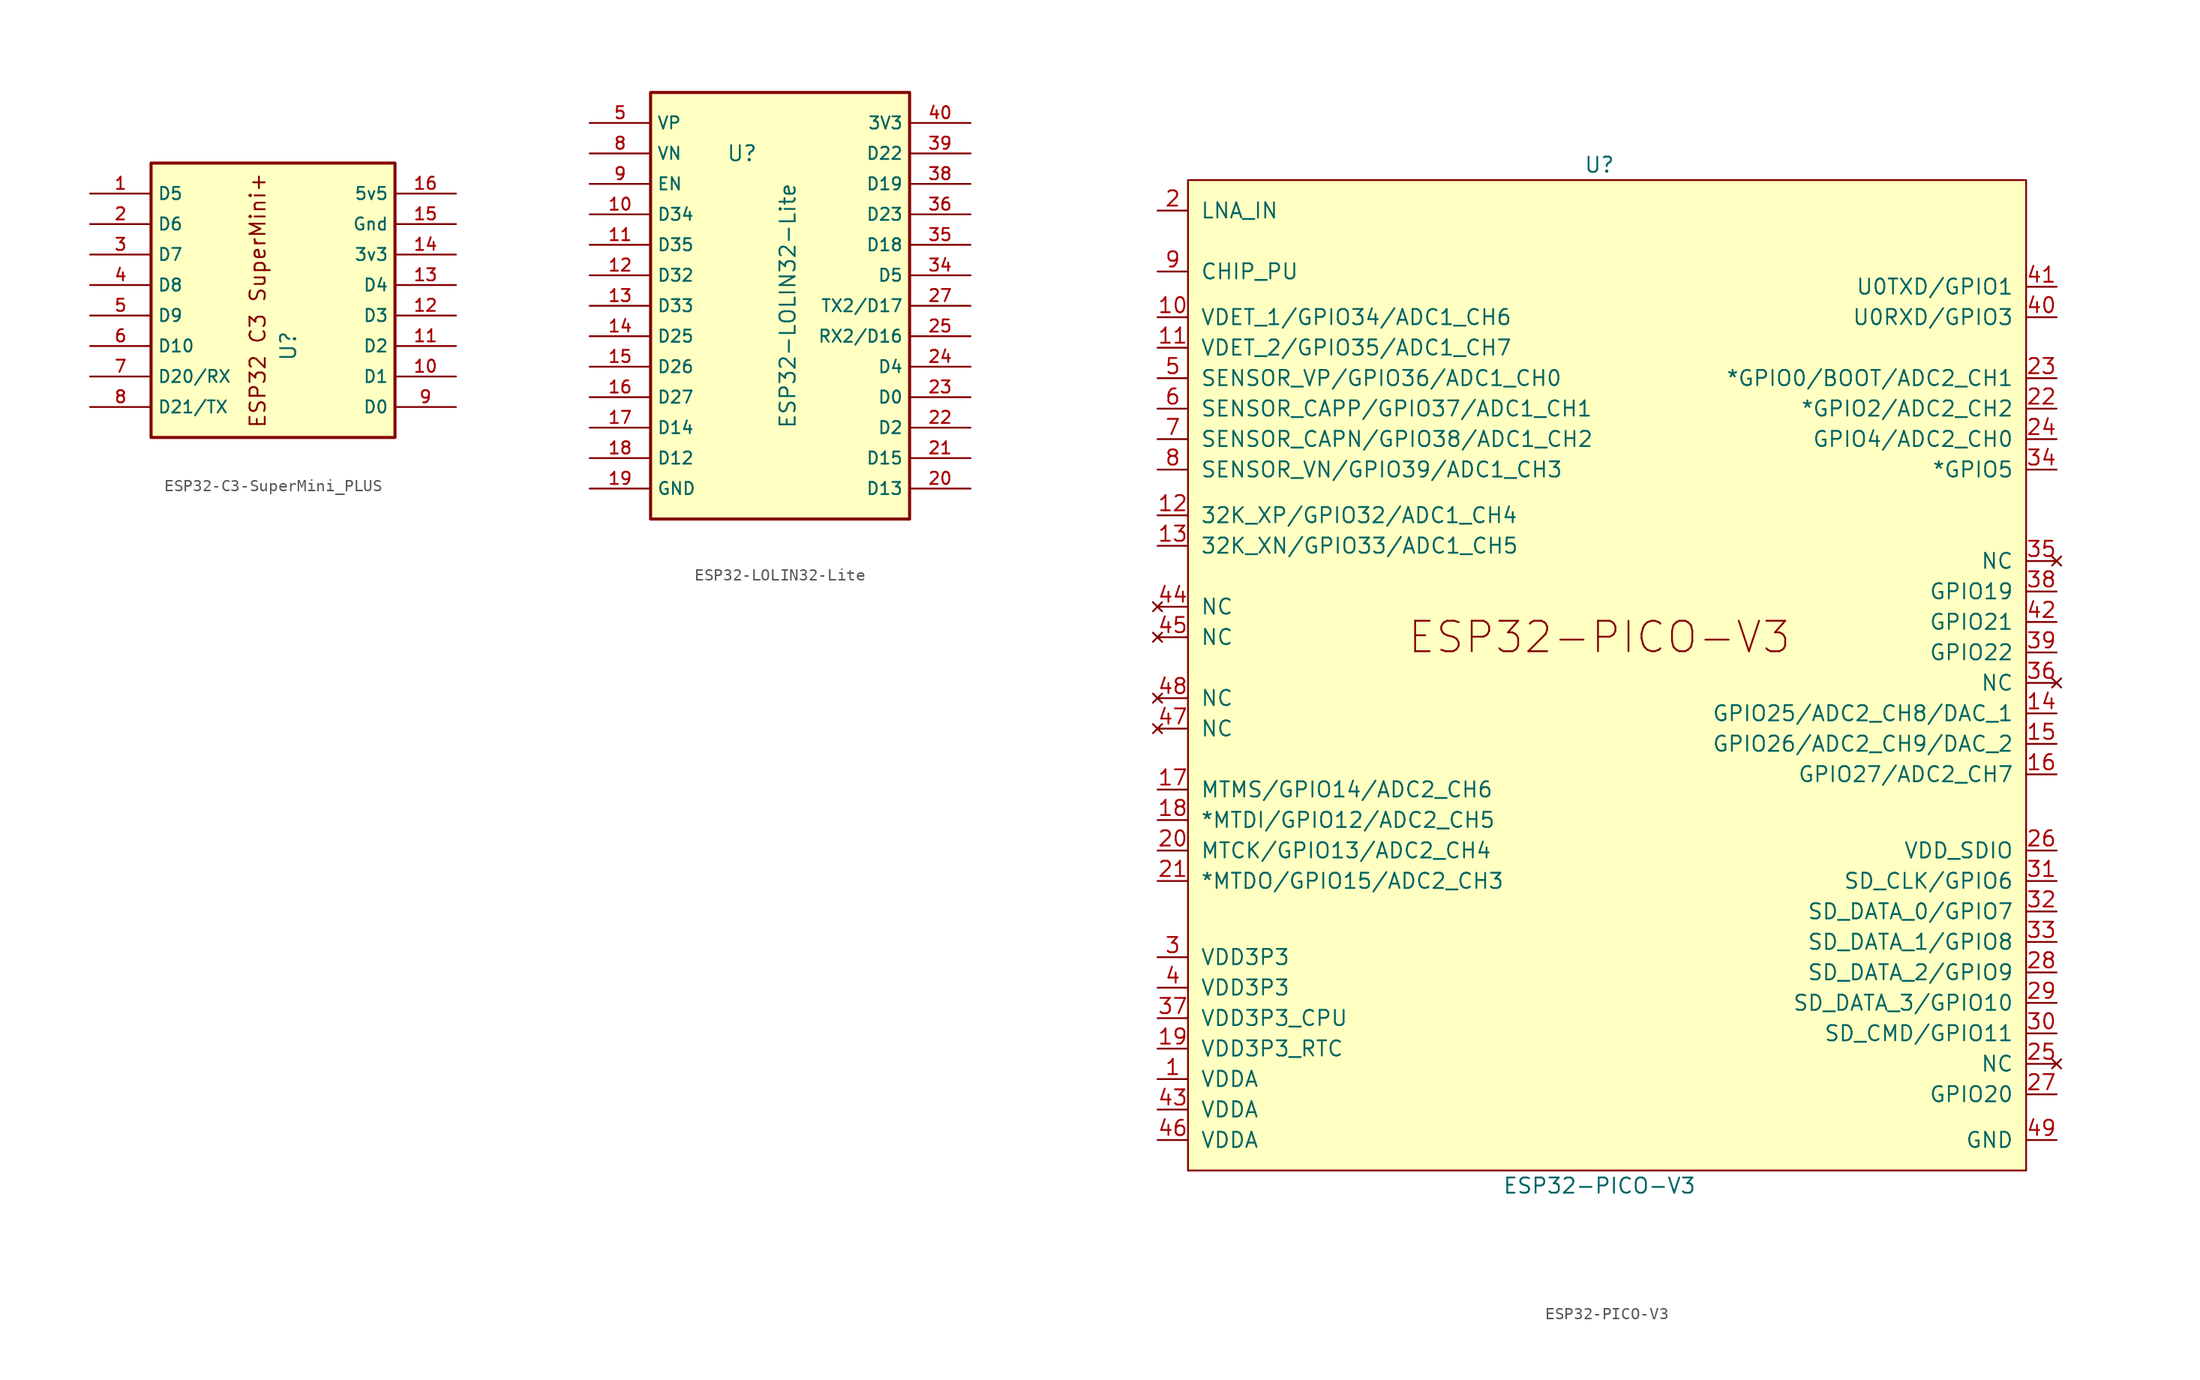
<source format=kicad_sym>
(kicad_symbol_lib
  (version 20220914)
  (generator kicad_symbol_editor)
  (symbol "ESP32-C3-SuperMini_PLUS"
    (property "Reference" "U"
      (at 1.27 -3.81 90)
      (effects (font (size 1.27 1.27))))
    (property "Value" ""
      (at 0 17.78 0)
      (effects (font (size 1.27 1.27))))
    (symbol "ESP32-C3-SuperMini_PLUS_0_1"
      (rectangle (start -10.16 -11.43) (end 10.16 11.43) (stroke (width 0.254) (type default)) (fill (type background))))
    (symbol "ESP32-C3-SuperMini_PLUS_1_1"
      (text "ESP32 C3 SuperMini+\n" (at -1.27 0 900) (effects (font (size 1.27 1.27))))
      (pin bidirectional line (at -15.24 8.89 0) (length 5.08) (name "D5" (effects (font (size 1.016 1.016)))) (number "1" (effects (font (size 1.016 1.016)))))
      (pin bidirectional line (at 15.24 -6.35 180) (length 5.08) (name "D1" (effects (font (size 1.016 1.016)))) (number "10" (effects (font (size 1.016 1.016)))))
      (pin bidirectional line (at 15.24 -3.81 180) (length 5.08) (name "D2" (effects (font (size 1.016 1.016)))) (number "11" (effects (font (size 1.016 1.016)))))
      (pin bidirectional line (at 15.24 -1.27 180) (length 5.08) (name "D3" (effects (font (size 1.016 1.016)))) (number "12" (effects (font (size 1.016 1.016)))))
      (pin bidirectional line (at 15.24 1.27 180) (length 5.08) (name "D4" (effects (font (size 1.016 1.016)))) (number "13" (effects (font (size 1.016 1.016)))))
      (pin bidirectional line (at 15.24 3.81 180) (length 5.08) (name "3v3" (effects (font (size 1.016 1.016)))) (number "14" (effects (font (size 1.016 1.016)))))
      (pin power_in line (at 15.24 6.35 180) (length 5.08) (name "Gnd" (effects (font (size 1.016 1.016)))) (number "15" (effects (font (size 1.016 1.016)))))
      (pin bidirectional line (at 15.24 8.89 180) (length 5.08) (name "5v5" (effects (font (size 1.016 1.016)))) (number "16" (effects (font (size 1.016 1.016)))))
      (pin bidirectional line (at -15.24 6.35 0) (length 5.08) (name "D6" (effects (font (size 1.016 1.016)))) (number "2" (effects (font (size 1.016 1.016)))))
      (pin bidirectional line (at -15.24 3.81 0) (length 5.08) (name "D7" (effects (font (size 1.016 1.016)))) (number "3" (effects (font (size 1.016 1.016)))))
      (pin bidirectional line (at -15.24 1.27 0) (length 5.08) (name "D8" (effects (font (size 1.016 1.016)))) (number "4" (effects (font (size 1.016 1.016)))))
      (pin bidirectional line (at -15.24 -1.27 0) (length 5.08) (name "D9" (effects (font (size 1.016 1.016)))) (number "5" (effects (font (size 1.016 1.016)))))
      (pin bidirectional line (at -15.24 -3.81 0) (length 5.08) (name "D10" (effects (font (size 1.016 1.016)))) (number "6" (effects (font (size 1.016 1.016)))))
      (pin bidirectional line (at -15.24 -6.35 0) (length 5.08) (name "D20/RX" (effects (font (size 1.016 1.016)))) (number "7" (effects (font (size 1.016 1.016)))))
      (pin bidirectional line (at -15.24 -8.89 0) (length 5.08) (name "D21/TX" (effects (font (size 1.016 1.016)))) (number "8" (effects (font (size 1.016 1.016)))))
      (pin bidirectional line (at 15.24 -8.89 180) (length 5.08) (name "D0" (effects (font (size 1.016 1.016)))) (number "9" (effects (font (size 1.016 1.016)))))))
  (symbol "ESP32-LOLIN32-Lite"
    (property "Reference" "U"
      (at -3.81 13.97 0)
      (effects (font (size 1.27 1.27))))
    (property "Value" "ESP32-LOLIN32-Lite"
      (at 0 1.27 90)
      (effects (font (size 1.27 1.27))))
    (symbol "ESP32-LOLIN32-Lite_0_1"
      (rectangle (start -11.43 19.05) (end 10.16 -16.51) (stroke (width 0.254) (type default)) (fill (type background))))
    (symbol "ESP32-LOLIN32-Lite_1_1"
      (pin bidirectional line (at -16.51 8.89 0) (length 5.08) (name "D34" (effects (font (size 1.016 1.016)))) (number "10" (effects (font (size 1.016 1.016)))))
      (pin bidirectional line (at -16.51 6.35 0) (length 5.08) (name "D35" (effects (font (size 1.016 1.016)))) (number "11" (effects (font (size 1.016 1.016)))))
      (pin bidirectional line (at -16.51 3.81 0) (length 5.08) (name "D32" (effects (font (size 1.016 1.016)))) (number "12" (effects (font (size 1.016 1.016)))))
      (pin bidirectional line (at -16.51 1.27 0) (length 5.08) (name "D33" (effects (font (size 1.016 1.016)))) (number "13" (effects (font (size 1.016 1.016)))))
      (pin bidirectional line (at -16.51 -1.27 0) (length 5.08) (name "D25" (effects (font (size 1.016 1.016)))) (number "14" (effects (font (size 1.016 1.016)))))
      (pin bidirectional line (at -16.51 -3.81 0) (length 5.08) (name "D26" (effects (font (size 1.016 1.016)))) (number "15" (effects (font (size 1.016 1.016)))))
      (pin bidirectional line (at -16.51 -6.35 0) (length 5.08) (name "D27" (effects (font (size 1.016 1.016)))) (number "16" (effects (font (size 1.016 1.016)))))
      (pin bidirectional line (at -16.51 -8.89 0) (length 5.08) (name "D14" (effects (font (size 1.016 1.016)))) (number "17" (effects (font (size 1.016 1.016)))))
      (pin bidirectional line (at -16.51 -11.43 0) (length 5.08) (name "D12" (effects (font (size 1.016 1.016)))) (number "18" (effects (font (size 1.016 1.016)))))
      (pin power_in line (at -16.51 -13.97 0) (length 5.08) (name "GND" (effects (font (size 1.016 1.016)))) (number "19" (effects (font (size 1.016 1.016)))))
      (pin bidirectional line (at 15.24 -13.97 180) (length 5.08) (name "D13" (effects (font (size 1.016 1.016)))) (number "20" (effects (font (size 1.016 1.016)))))
      (pin bidirectional line (at 15.24 -11.43 180) (length 5.08) (name "D15" (effects (font (size 1.016 1.016)))) (number "21" (effects (font (size 1.016 1.016)))))
      (pin bidirectional line (at 15.24 -8.89 180) (length 5.08) (name "D2" (effects (font (size 1.016 1.016)))) (number "22" (effects (font (size 1.016 1.016)))))
      (pin bidirectional line (at 15.24 -6.35 180) (length 5.08) (name "D0" (effects (font (size 1.016 1.016)))) (number "23" (effects (font (size 1.016 1.016)))))
      (pin bidirectional line (at 15.24 -3.81 180) (length 5.08) (name "D4" (effects (font (size 1.016 1.016)))) (number "24" (effects (font (size 1.016 1.016)))))
      (pin input line (at 15.24 -1.27 180) (length 5.08) (name "RX2/D16" (effects (font (size 1.016 1.016)))) (number "25" (effects (font (size 1.016 1.016)))))
      (pin output line (at 15.24 1.27 180) (length 5.08) (name "TX2/D17" (effects (font (size 1.016 1.016)))) (number "27" (effects (font (size 1.016 1.016)))))
      (pin bidirectional line (at 15.24 3.81 180) (length 5.08) (name "D5" (effects (font (size 1.016 1.016)))) (number "34" (effects (font (size 1.016 1.016)))))
      (pin bidirectional line (at 15.24 6.35 180) (length 5.08) (name "D18" (effects (font (size 1.016 1.016)))) (number "35" (effects (font (size 1.016 1.016)))))
      (pin bidirectional line (at 15.24 8.89 180) (length 5.08) (name "D23" (effects (font (size 1.016 1.016)))) (number "36" (effects (font (size 1.016 1.016)))))
      (pin bidirectional line (at 15.24 11.43 180) (length 5.08) (name "D19" (effects (font (size 1.016 1.016)))) (number "38" (effects (font (size 1.016 1.016)))))
      (pin bidirectional line (at 15.24 13.97 180) (length 5.08) (name "D22" (effects (font (size 1.016 1.016)))) (number "39" (effects (font (size 1.016 1.016)))))
      (pin input line (at 15.24 16.51 180) (length 5.08) (name "3V3" (effects (font (size 1.016 1.016)))) (number "40" (effects (font (size 1.016 1.016)))))
      (pin bidirectional line (at -16.51 16.51 0) (length 5.08) (name "VP" (effects (font (size 1.016 1.016)))) (number "5" (effects (font (size 1.016 1.016)))))
      (pin bidirectional line (at -16.51 13.97 0) (length 5.08) (name "VN" (effects (font (size 1.016 1.016)))) (number "8" (effects (font (size 1.016 1.016)))))
      (pin input line (at -16.51 11.43 0) (length 5.08) (name "EN" (effects (font (size 1.016 1.016)))) (number "9" (effects (font (size 1.016 1.016)))))))
  (symbol "ESP32-PICO-V3"
    (pin_names
      (offset 1.016))
    (property "Reference" "U"
      (at 0 43.18 0)
      (effects (font (size 1.27 1.27))))
    (property "Value" "ESP32-PICO-V3"
      (at 0 -41.91 0)
      (effects (font (size 1.27 1.27))))
    (symbol "ESP32-PICO-V3_0_0"
      (text "ESP32-PICO-V3" (at 0 3.81 0) (effects (font (size 2.54 2.54)))))
    (symbol "ESP32-PICO-V3_0_1"
      (rectangle (start -34.29 41.91) (end 35.56 -40.64) (stroke (width 0) (type default)) (fill (type background))))
    (symbol "ESP32-PICO-V3_1_1"
      (pin power_in line (at -36.83 -33.02 0) (length 2.54) (name "VDDA" (effects (font (size 1.27 1.27)))) (number "1" (effects (font (size 1.27 1.27)))))
      (pin input line (at -36.83 30.48 0) (length 2.54) (name "VDET_1/GPIO34/ADC1_CH6" (effects (font (size 1.27 1.27)))) (number "10" (effects (font (size 1.27 1.27)))))
      (pin input line (at -36.83 27.94 0) (length 2.54) (name "VDET_2/GPIO35/ADC1_CH7" (effects (font (size 1.27 1.27)))) (number "11" (effects (font (size 1.27 1.27)))))
      (pin bidirectional line (at -36.83 13.97 0) (length 2.54) (name "32K_XP/GPIO32/ADC1_CH4" (effects (font (size 1.27 1.27)))) (number "12" (effects (font (size 1.27 1.27)))))
      (pin bidirectional line (at -36.83 11.43 0) (length 2.54) (name "32K_XN/GPIO33/ADC1_CH5" (effects (font (size 1.27 1.27)))) (number "13" (effects (font (size 1.27 1.27)))))
      (pin bidirectional line (at 38.1 -2.54 180) (length 2.54) (name "GPIO25/ADC2_CH8/DAC_1" (effects (font (size 1.27 1.27)))) (number "14" (effects (font (size 1.27 1.27)))))
      (pin bidirectional line (at 38.1 -5.08 180) (length 2.54) (name "GPIO26/ADC2_CH9/DAC_2" (effects (font (size 1.27 1.27)))) (number "15" (effects (font (size 1.27 1.27)))))
      (pin bidirectional line (at 38.1 -7.62 180) (length 2.54) (name "GPIO27/ADC2_CH7" (effects (font (size 1.27 1.27)))) (number "16" (effects (font (size 1.27 1.27)))))
      (pin bidirectional line (at -36.83 -8.89 0) (length 2.54) (name "MTMS/GPIO14/ADC2_CH6" (effects (font (size 1.27 1.27)))) (number "17" (effects (font (size 1.27 1.27)))))
      (pin bidirectional line (at -36.83 -11.43 0) (length 2.54) (name "*MTDI/GPIO12/ADC2_CH5" (effects (font (size 1.27 1.27)))) (number "18" (effects (font (size 1.27 1.27)))))
      (pin power_in line (at -36.83 -30.48 0) (length 2.54) (name "VDD3P3_RTC" (effects (font (size 1.27 1.27)))) (number "19" (effects (font (size 1.27 1.27)))))
      (pin bidirectional line (at -36.83 39.37 0) (length 2.54) (name "LNA_IN" (effects (font (size 1.27 1.27)))) (number "2" (effects (font (size 1.27 1.27)))))
      (pin bidirectional line (at -36.83 -13.97 0) (length 2.54) (name "MTCK/GPIO13/ADC2_CH4" (effects (font (size 1.27 1.27)))) (number "20" (effects (font (size 1.27 1.27)))))
      (pin bidirectional line (at -36.83 -16.51 0) (length 2.54) (name "*MTDO/GPIO15/ADC2_CH3" (effects (font (size 1.27 1.27)))) (number "21" (effects (font (size 1.27 1.27)))))
      (pin bidirectional line (at 38.1 22.86 180) (length 2.54) (name "*GPIO2/ADC2_CH2" (effects (font (size 1.27 1.27)))) (number "22" (effects (font (size 1.27 1.27)))))
      (pin bidirectional line (at 38.1 25.4 180) (length 2.54) (name "*GPIO0/BOOT/ADC2_CH1" (effects (font (size 1.27 1.27)))) (number "23" (effects (font (size 1.27 1.27)))))
      (pin bidirectional line (at 38.1 20.32 180) (length 2.54) (name "GPIO4/ADC2_CH0" (effects (font (size 1.27 1.27)))) (number "24" (effects (font (size 1.27 1.27)))))
      (pin no_connect line (at 38.1 -31.75 180) (length 2.54) (name "NC" (effects (font (size 1.27 1.27)))) (number "25" (effects (font (size 1.27 1.27)))))
      (pin power_out line (at 38.1 -13.97 180) (length 2.54) (name "VDD_SDIO" (effects (font (size 1.27 1.27)))) (number "26" (effects (font (size 1.27 1.27)))))
      (pin bidirectional line (at 38.1 -34.29 180) (length 2.54) (name "GPIO20" (effects (font (size 1.27 1.27)))) (number "27" (effects (font (size 1.27 1.27)))))
      (pin bidirectional line (at 38.1 -24.13 180) (length 2.54) (name "SD_DATA_2/GPIO9" (effects (font (size 1.27 1.27)))) (number "28" (effects (font (size 1.27 1.27)))))
      (pin bidirectional line (at 38.1 -26.67 180) (length 2.54) (name "SD_DATA_3/GPIO10" (effects (font (size 1.27 1.27)))) (number "29" (effects (font (size 1.27 1.27)))))
      (pin power_in line (at -36.83 -22.86 0) (length 2.54) (name "VDD3P3" (effects (font (size 1.27 1.27)))) (number "3" (effects (font (size 1.27 1.27)))))
      (pin bidirectional line (at 38.1 -29.21 180) (length 2.54) (name "SD_CMD/GPIO11" (effects (font (size 1.27 1.27)))) (number "30" (effects (font (size 1.27 1.27)))))
      (pin bidirectional line (at 38.1 -16.51 180) (length 2.54) (name "SD_CLK/GPIO6" (effects (font (size 1.27 1.27)))) (number "31" (effects (font (size 1.27 1.27)))))
      (pin bidirectional line (at 38.1 -19.05 180) (length 2.54) (name "SD_DATA_0/GPIO7" (effects (font (size 1.27 1.27)))) (number "32" (effects (font (size 1.27 1.27)))))
      (pin bidirectional line (at 38.1 -21.59 180) (length 2.54) (name "SD_DATA_1/GPIO8" (effects (font (size 1.27 1.27)))) (number "33" (effects (font (size 1.27 1.27)))))
      (pin bidirectional line (at 38.1 17.78 180) (length 2.54) (name "*GPIO5" (effects (font (size 1.27 1.27)))) (number "34" (effects (font (size 1.27 1.27)))))
      (pin no_connect line (at 38.1 10.16 180) (length 2.54) (name "NC" (effects (font (size 1.27 1.27)))) (number "35" (effects (font (size 1.27 1.27)))))
      (pin no_connect line (at 38.1 0 180) (length 2.54) (name "NC" (effects (font (size 1.27 1.27)))) (number "36" (effects (font (size 1.27 1.27)))))
      (pin power_in line (at -36.83 -27.94 0) (length 2.54) (name "VDD3P3_CPU" (effects (font (size 1.27 1.27)))) (number "37" (effects (font (size 1.27 1.27)))))
      (pin bidirectional line (at 38.1 7.62 180) (length 2.54) (name "GPIO19" (effects (font (size 1.27 1.27)))) (number "38" (effects (font (size 1.27 1.27)))))
      (pin bidirectional line (at 38.1 2.54 180) (length 2.54) (name "GPIO22" (effects (font (size 1.27 1.27)))) (number "39" (effects (font (size 1.27 1.27)))))
      (pin power_in line (at -36.83 -25.4 0) (length 2.54) (name "VDD3P3" (effects (font (size 1.27 1.27)))) (number "4" (effects (font (size 1.27 1.27)))))
      (pin bidirectional line (at 38.1 30.48 180) (length 2.54) (name "U0RXD/GPIO3" (effects (font (size 1.27 1.27)))) (number "40" (effects (font (size 1.27 1.27)))))
      (pin bidirectional line (at 38.1 33.02 180) (length 2.54) (name "U0TXD/GPIO1" (effects (font (size 1.27 1.27)))) (number "41" (effects (font (size 1.27 1.27)))))
      (pin bidirectional line (at 38.1 5.08 180) (length 2.54) (name "GPIO21" (effects (font (size 1.27 1.27)))) (number "42" (effects (font (size 1.27 1.27)))))
      (pin power_in line (at -36.83 -35.56 0) (length 2.54) (name "VDDA" (effects (font (size 1.27 1.27)))) (number "43" (effects (font (size 1.27 1.27)))))
      (pin no_connect line (at -36.83 6.35 0) (length 2.54) (name "NC" (effects (font (size 1.27 1.27)))) (number "44" (effects (font (size 1.27 1.27)))))
      (pin no_connect line (at -36.83 3.81 0) (length 2.54) (name "NC" (effects (font (size 1.27 1.27)))) (number "45" (effects (font (size 1.27 1.27)))))
      (pin power_in line (at -36.83 -38.1 0) (length 2.54) (name "VDDA" (effects (font (size 1.27 1.27)))) (number "46" (effects (font (size 1.27 1.27)))))
      (pin no_connect line (at -36.83 -3.81 0) (length 2.54) (name "NC" (effects (font (size 1.27 1.27)))) (number "47" (effects (font (size 1.27 1.27)))))
      (pin no_connect line (at -36.83 -1.27 0) (length 2.54) (name "NC" (effects (font (size 1.27 1.27)))) (number "48" (effects (font (size 1.27 1.27)))))
      (pin power_in line (at 38.1 -38.1 180) (length 2.54) (name "GND" (effects (font (size 1.27 1.27)))) (number "49" (effects (font (size 1.27 1.27)))))
      (pin input line (at -36.83 25.4 0) (length 2.54) (name "SENSOR_VP/GPIO36/ADC1_CH0" (effects (font (size 1.27 1.27)))) (number "5" (effects (font (size 1.27 1.27)))))
      (pin input line (at -36.83 22.86 0) (length 2.54) (name "SENSOR_CAPP/GPIO37/ADC1_CH1" (effects (font (size 1.27 1.27)))) (number "6" (effects (font (size 1.27 1.27)))))
      (pin input line (at -36.83 20.32 0) (length 2.54) (name "SENSOR_CAPN/GPIO38/ADC1_CH2" (effects (font (size 1.27 1.27)))) (number "7" (effects (font (size 1.27 1.27)))))
      (pin input line (at -36.83 17.78 0) (length 2.54) (name "SENSOR_VN/GPIO39/ADC1_CH3" (effects (font (size 1.27 1.27)))) (number "8" (effects (font (size 1.27 1.27)))))
      (pin input line (at -36.83 34.29 0) (length 2.54) (name "CHIP_PU" (effects (font (size 1.27 1.27)))) (number "9" (effects (font (size 1.27 1.27))))))))
</source>
